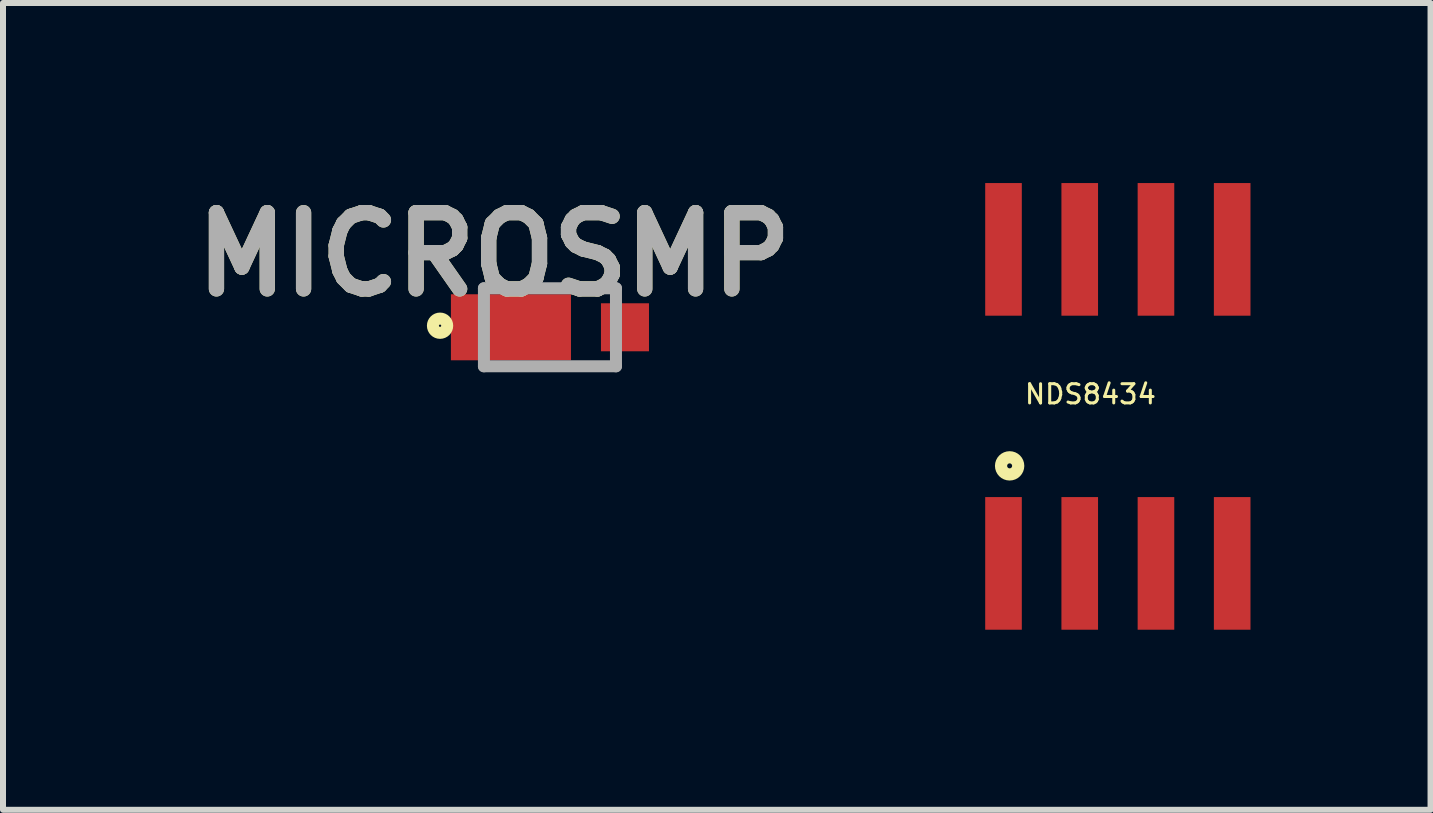
<source format=kicad_pcb>
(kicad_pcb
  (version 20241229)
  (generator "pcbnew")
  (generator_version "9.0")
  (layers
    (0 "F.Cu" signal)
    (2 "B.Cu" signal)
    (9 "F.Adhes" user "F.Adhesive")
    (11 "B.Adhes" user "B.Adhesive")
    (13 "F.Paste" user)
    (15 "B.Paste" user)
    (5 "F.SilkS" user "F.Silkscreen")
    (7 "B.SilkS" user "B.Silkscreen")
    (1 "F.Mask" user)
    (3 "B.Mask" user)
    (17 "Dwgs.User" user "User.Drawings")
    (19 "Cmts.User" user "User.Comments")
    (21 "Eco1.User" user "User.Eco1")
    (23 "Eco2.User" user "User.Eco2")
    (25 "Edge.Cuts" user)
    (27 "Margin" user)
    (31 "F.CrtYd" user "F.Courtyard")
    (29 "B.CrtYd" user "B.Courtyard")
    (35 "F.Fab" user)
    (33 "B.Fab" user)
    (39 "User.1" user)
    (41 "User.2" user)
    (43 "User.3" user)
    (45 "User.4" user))
  (footprint "MICROSMP"
    (layer "F.Cu")
    (at 6.113 2.403)
    (property "Reference" "MICROSMP" (at -0.93 -1.214 0) (layer "F.SilkS") (effects (font (size 1.27 1.27) (thickness 0.254))))
    (attr smd)
    (fp_circle (center -1.831 -0.026) (end -1.831 -0.007) (stroke (width 0.2) (type solid)) (fill no) (layer "F.SilkS"))
    (fp_line (start -1.1 -0.65) (end 1.1 -0.65) (stroke (width 0.2) (type solid)) (layer "F.Fab"))
    (fp_line (start -1.1 0.65) (end -1.1 -0.65) (stroke (width 0.2) (type solid)) (layer "F.Fab"))
    (fp_line (start 1.1 -0.65) (end 1.1 0.65) (stroke (width 0.2) (type solid)) (layer "F.Fab"))
    (fp_line (start 1.1 0.65) (end -1.1 0.65) (stroke (width 0.2) (type solid)) (layer "F.Fab"))
    (fp_text user "${REFERENCE}" (at -0.93 -1.214 0) (layer "F.Fab") (effects (font (size 1.27 1.27) (thickness 0.254))))
    (pad "1" smd rect (at -0.65 0 90) (size 1.1 2) (layers "F.Cu" "F.Mask" "F.Paste"))
    (pad "2" smd rect (at 1.25 0 90) (size 0.8 0.8) (layers "F.Cu" "F.Mask" "F.Paste")))
  (footprint "NDS8434"
    (layer "F.Cu")
    (at 15.575 3.721)
    (property "Reference" "NDS8434" (at -0.457 -0.203 0) (layer "F.SilkS") (effects (font (size 0.32 0.32) (thickness 0.05))))
    (attr smd)
    (fp_circle (center -1.803 0.991) (end -1.66 0.991) (stroke (width 0.203) (type solid)) (fill no) (layer "F.SilkS"))
    (fp_poly (pts (xy -2.087 1.854) (xy -1.727 1.854) (xy -1.727 2.876) (xy -2.087 2.876)) (stroke (width 0.1) (type solid)) (fill no) (layer "Eco2.User"))
    (fp_poly (pts (xy -2.084 -2.87) (xy -1.727 -2.87) (xy -1.727 -1.855) (xy -2.084 -1.855)) (stroke (width 0.1) (type solid)) (fill no) (layer "Eco2.User"))
    (fp_poly (pts (xy -0.813 -2.87) (xy -0.457 -2.87) (xy -0.457 -1.855) (xy -0.813 -1.855)) (stroke (width 0.1) (type solid)) (fill no) (layer "Eco2.User"))
    (fp_poly (pts (xy -0.813 1.854) (xy -0.457 1.854) (xy -0.457 2.872) (xy -0.813 2.872)) (stroke (width 0.1) (type solid)) (fill no) (layer "Eco2.User"))
    (fp_poly (pts (xy 0.457 -2.87) (xy 0.813 -2.87) (xy 0.813 -1.855) (xy 0.457 -1.855)) (stroke (width 0.1) (type solid)) (fill no) (layer "Eco2.User"))
    (fp_poly (pts (xy 0.458 1.854) (xy 0.813 1.854) (xy 0.813 2.872) (xy 0.458 2.872)) (stroke (width 0.1) (type solid)) (fill no) (layer "Eco2.User"))
    (fp_poly (pts (xy 1.728 1.854) (xy 2.083 1.854) (xy 2.083 2.871) (xy 1.728 2.871)) (stroke (width 0.1) (type solid)) (fill no) (layer "Eco2.User"))
    (fp_poly (pts (xy 1.73 -2.87) (xy 2.083 -2.87) (xy 2.083 -1.857) (xy 1.73 -1.857)) (stroke (width 0.1) (type solid)) (fill no) (layer "Eco2.User"))
    (pad "1" smd rect (at -1.905 2.616) (size 0.61 2.21) (layers "F.Cu" "F.Mask" "F.Paste"))
    (pad "2" smd rect (at -0.635 2.616) (size 0.61 2.21) (layers "F.Cu" "F.Mask" "F.Paste"))
    (pad "3" smd rect (at 0.635 2.616) (size 0.61 2.21) (layers "F.Cu" "F.Mask" "F.Paste"))
    (pad "4" smd rect (at 1.905 2.616) (size 0.61 2.21) (layers "F.Cu" "F.Mask" "F.Paste"))
    (pad "5" smd rect (at 1.905 -2.616) (size 0.61 2.21) (layers "F.Cu" "F.Mask" "F.Paste"))
    (pad "6" smd rect (at 0.635 -2.616) (size 0.61 2.21) (layers "F.Cu" "F.Mask" "F.Paste"))
    (pad "7" smd rect (at -0.635 -2.616) (size 0.61 2.21) (layers "F.Cu" "F.Mask" "F.Paste"))
    (pad "8" smd rect (at -1.905 -2.616) (size 0.61 2.21) (layers "F.Cu" "F.Mask" "F.Paste")))
  (gr_rect
    (start -3 -3)
    (end 20.785 10.442)
    (stroke (width 0.1) (type default))
    (fill no)
    (layer "Edge.Cuts")))
</source>
